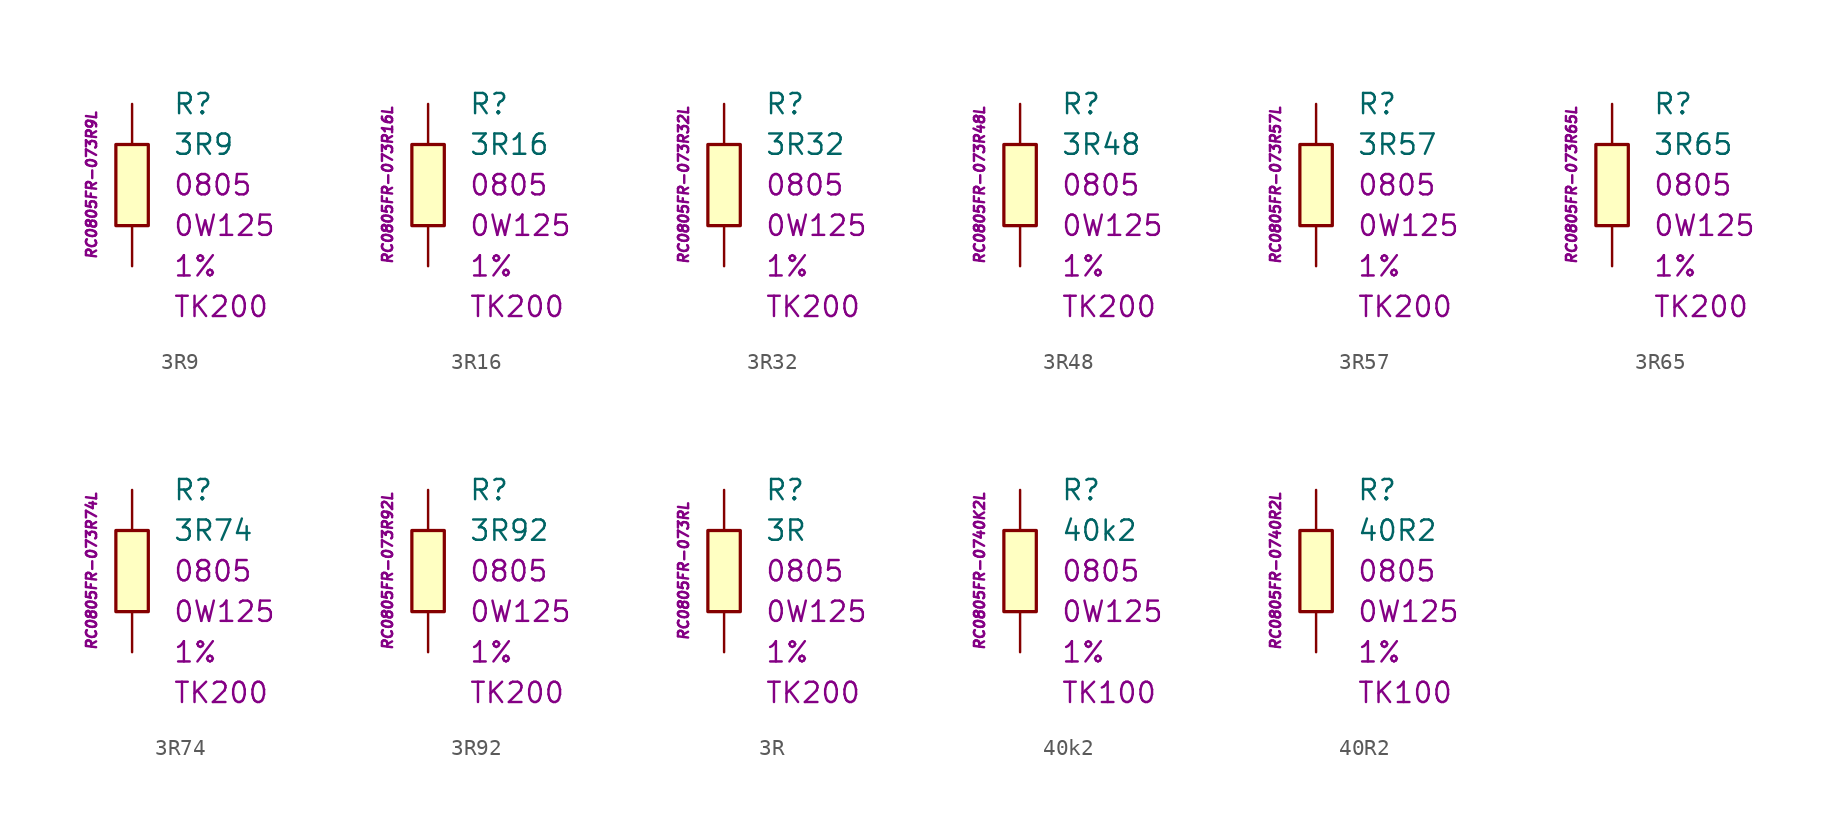
<source format=kicad_sym>
(kicad_symbol_lib
  (version 20201005)
  (generator kicad_symbol_editor)
  (symbol "3R9"
    (pin_numbers hide)
    (pin_names
      (offset 1.016) hide)
    (property "Reference" "R"
      (at 2.54 5.08 0)
      (effects (font (size 1.27 1.27)) (justify left)))
    (property "Value" "3R9"
      (at 2.54 2.54 0)
      (effects (font (size 1.27 1.27)) (justify left)))
    (property "Package" "0805"
      (at 2.54 0 0)
      (effects (font (size 1.27 1.27)) (justify left)))
    (property "Power" "0W125"
      (at 2.54 -2.54 0)
      (effects (font (size 1.27 1.27)) (justify left)))
    (property "Tolerance" "1%"
      (at 2.54 -5.08 0)
      (effects (font (size 1.27 1.27)) (justify left)))
    (property "TK" "TK200"
      (at 2.54 -7.62 0)
      (effects (font (size 1.27 1.27)) (justify left)))
    (property "ID" "RC0805FR-073R9L"
      (at -2.54 0 90)
      (effects (font (size 0.635 0.635) italic)))
    (symbol "3R9_0_1"
      (rectangle (start -1.016 2.54) (end 1.016 -2.54) (stroke (width 0.203)) (fill (type background))))
    (symbol "3R9_1_1"
      (pin passive line (at 0 5.08 270) (length 2.54) (name "~" (effects (font (size 1.778 1.778)))) (number "1" (effects (font (size 1.778 1.778)))))
      (pin passive line (at 0 -5.08 90) (length 2.54) (name "~" (effects (font (size 1.778 1.778)))) (number "2" (effects (font (size 1.778 1.778)))))))
  (symbol "3R16"
    (pin_numbers hide)
    (pin_names
      (offset 1.016) hide)
    (property "Reference" "R"
      (at 2.54 5.08 0)
      (effects (font (size 1.27 1.27)) (justify left)))
    (property "Value" "3R16"
      (at 2.54 2.54 0)
      (effects (font (size 1.27 1.27)) (justify left)))
    (property "Package" "0805"
      (at 2.54 0 0)
      (effects (font (size 1.27 1.27)) (justify left)))
    (property "Power" "0W125"
      (at 2.54 -2.54 0)
      (effects (font (size 1.27 1.27)) (justify left)))
    (property "Tolerance" "1%"
      (at 2.54 -5.08 0)
      (effects (font (size 1.27 1.27)) (justify left)))
    (property "TK" "TK200"
      (at 2.54 -7.62 0)
      (effects (font (size 1.27 1.27)) (justify left)))
    (property "ID" "RC0805FR-073R16L"
      (at -2.54 0 90)
      (effects (font (size 0.635 0.635) italic)))
    (symbol "3R16_0_1"
      (rectangle (start -1.016 2.54) (end 1.016 -2.54) (stroke (width 0.203)) (fill (type background))))
    (symbol "3R16_1_1"
      (pin passive line (at 0 5.08 270) (length 2.54) (name "~" (effects (font (size 1.778 1.778)))) (number "1" (effects (font (size 1.778 1.778)))))
      (pin passive line (at 0 -5.08 90) (length 2.54) (name "~" (effects (font (size 1.778 1.778)))) (number "2" (effects (font (size 1.778 1.778)))))))
  (symbol "3R32"
    (pin_numbers hide)
    (pin_names
      (offset 1.016) hide)
    (property "Reference" "R"
      (at 2.54 5.08 0)
      (effects (font (size 1.27 1.27)) (justify left)))
    (property "Value" "3R32"
      (at 2.54 2.54 0)
      (effects (font (size 1.27 1.27)) (justify left)))
    (property "Package" "0805"
      (at 2.54 0 0)
      (effects (font (size 1.27 1.27)) (justify left)))
    (property "Power" "0W125"
      (at 2.54 -2.54 0)
      (effects (font (size 1.27 1.27)) (justify left)))
    (property "Tolerance" "1%"
      (at 2.54 -5.08 0)
      (effects (font (size 1.27 1.27)) (justify left)))
    (property "TK" "TK200"
      (at 2.54 -7.62 0)
      (effects (font (size 1.27 1.27)) (justify left)))
    (property "ID" "RC0805FR-073R32L"
      (at -2.54 0 90)
      (effects (font (size 0.635 0.635) italic)))
    (symbol "3R32_0_1"
      (rectangle (start -1.016 2.54) (end 1.016 -2.54) (stroke (width 0.203)) (fill (type background))))
    (symbol "3R32_1_1"
      (pin passive line (at 0 5.08 270) (length 2.54) (name "~" (effects (font (size 1.778 1.778)))) (number "1" (effects (font (size 1.778 1.778)))))
      (pin passive line (at 0 -5.08 90) (length 2.54) (name "~" (effects (font (size 1.778 1.778)))) (number "2" (effects (font (size 1.778 1.778)))))))
  (symbol "3R48"
    (pin_numbers hide)
    (pin_names
      (offset 1.016) hide)
    (property "Reference" "R"
      (at 2.54 5.08 0)
      (effects (font (size 1.27 1.27)) (justify left)))
    (property "Value" "3R48"
      (at 2.54 2.54 0)
      (effects (font (size 1.27 1.27)) (justify left)))
    (property "Package" "0805"
      (at 2.54 0 0)
      (effects (font (size 1.27 1.27)) (justify left)))
    (property "Power" "0W125"
      (at 2.54 -2.54 0)
      (effects (font (size 1.27 1.27)) (justify left)))
    (property "Tolerance" "1%"
      (at 2.54 -5.08 0)
      (effects (font (size 1.27 1.27)) (justify left)))
    (property "TK" "TK200"
      (at 2.54 -7.62 0)
      (effects (font (size 1.27 1.27)) (justify left)))
    (property "ID" "RC0805FR-073R48L"
      (at -2.54 0 90)
      (effects (font (size 0.635 0.635) italic)))
    (symbol "3R48_0_1"
      (rectangle (start -1.016 2.54) (end 1.016 -2.54) (stroke (width 0.203)) (fill (type background))))
    (symbol "3R48_1_1"
      (pin passive line (at 0 5.08 270) (length 2.54) (name "~" (effects (font (size 1.778 1.778)))) (number "1" (effects (font (size 1.778 1.778)))))
      (pin passive line (at 0 -5.08 90) (length 2.54) (name "~" (effects (font (size 1.778 1.778)))) (number "2" (effects (font (size 1.778 1.778)))))))
  (symbol "3R57"
    (pin_numbers hide)
    (pin_names
      (offset 1.016) hide)
    (property "Reference" "R"
      (at 2.54 5.08 0)
      (effects (font (size 1.27 1.27)) (justify left)))
    (property "Value" "3R57"
      (at 2.54 2.54 0)
      (effects (font (size 1.27 1.27)) (justify left)))
    (property "Package" "0805"
      (at 2.54 0 0)
      (effects (font (size 1.27 1.27)) (justify left)))
    (property "Power" "0W125"
      (at 2.54 -2.54 0)
      (effects (font (size 1.27 1.27)) (justify left)))
    (property "Tolerance" "1%"
      (at 2.54 -5.08 0)
      (effects (font (size 1.27 1.27)) (justify left)))
    (property "TK" "TK200"
      (at 2.54 -7.62 0)
      (effects (font (size 1.27 1.27)) (justify left)))
    (property "ID" "RC0805FR-073R57L"
      (at -2.54 0 90)
      (effects (font (size 0.635 0.635) italic)))
    (symbol "3R57_0_1"
      (rectangle (start -1.016 2.54) (end 1.016 -2.54) (stroke (width 0.203)) (fill (type background))))
    (symbol "3R57_1_1"
      (pin passive line (at 0 5.08 270) (length 2.54) (name "~" (effects (font (size 1.778 1.778)))) (number "1" (effects (font (size 1.778 1.778)))))
      (pin passive line (at 0 -5.08 90) (length 2.54) (name "~" (effects (font (size 1.778 1.778)))) (number "2" (effects (font (size 1.778 1.778)))))))
  (symbol "3R65"
    (pin_numbers hide)
    (pin_names
      (offset 1.016) hide)
    (property "Reference" "R"
      (at 2.54 5.08 0)
      (effects (font (size 1.27 1.27)) (justify left)))
    (property "Value" "3R65"
      (at 2.54 2.54 0)
      (effects (font (size 1.27 1.27)) (justify left)))
    (property "Package" "0805"
      (at 2.54 0 0)
      (effects (font (size 1.27 1.27)) (justify left)))
    (property "Power" "0W125"
      (at 2.54 -2.54 0)
      (effects (font (size 1.27 1.27)) (justify left)))
    (property "Tolerance" "1%"
      (at 2.54 -5.08 0)
      (effects (font (size 1.27 1.27)) (justify left)))
    (property "TK" "TK200"
      (at 2.54 -7.62 0)
      (effects (font (size 1.27 1.27)) (justify left)))
    (property "ID" "RC0805FR-073R65L"
      (at -2.54 0 90)
      (effects (font (size 0.635 0.635) italic)))
    (symbol "3R65_0_1"
      (rectangle (start -1.016 2.54) (end 1.016 -2.54) (stroke (width 0.203)) (fill (type background))))
    (symbol "3R65_1_1"
      (pin passive line (at 0 5.08 270) (length 2.54) (name "~" (effects (font (size 1.778 1.778)))) (number "1" (effects (font (size 1.778 1.778)))))
      (pin passive line (at 0 -5.08 90) (length 2.54) (name "~" (effects (font (size 1.778 1.778)))) (number "2" (effects (font (size 1.778 1.778)))))))
  (symbol "3R74"
    (pin_numbers hide)
    (pin_names
      (offset 1.016) hide)
    (property "Reference" "R"
      (at 2.54 5.08 0)
      (effects (font (size 1.27 1.27)) (justify left)))
    (property "Value" "3R74"
      (at 2.54 2.54 0)
      (effects (font (size 1.27 1.27)) (justify left)))
    (property "Package" "0805"
      (at 2.54 0 0)
      (effects (font (size 1.27 1.27)) (justify left)))
    (property "Power" "0W125"
      (at 2.54 -2.54 0)
      (effects (font (size 1.27 1.27)) (justify left)))
    (property "Tolerance" "1%"
      (at 2.54 -5.08 0)
      (effects (font (size 1.27 1.27)) (justify left)))
    (property "TK" "TK200"
      (at 2.54 -7.62 0)
      (effects (font (size 1.27 1.27)) (justify left)))
    (property "ID" "RC0805FR-073R74L"
      (at -2.54 0 90)
      (effects (font (size 0.635 0.635) italic)))
    (symbol "3R74_0_1"
      (rectangle (start -1.016 2.54) (end 1.016 -2.54) (stroke (width 0.203)) (fill (type background))))
    (symbol "3R74_1_1"
      (pin passive line (at 0 5.08 270) (length 2.54) (name "~" (effects (font (size 1.778 1.778)))) (number "1" (effects (font (size 1.778 1.778)))))
      (pin passive line (at 0 -5.08 90) (length 2.54) (name "~" (effects (font (size 1.778 1.778)))) (number "2" (effects (font (size 1.778 1.778)))))))
  (symbol "3R92"
    (pin_numbers hide)
    (pin_names
      (offset 1.016) hide)
    (property "Reference" "R"
      (at 2.54 5.08 0)
      (effects (font (size 1.27 1.27)) (justify left)))
    (property "Value" "3R92"
      (at 2.54 2.54 0)
      (effects (font (size 1.27 1.27)) (justify left)))
    (property "Package" "0805"
      (at 2.54 0 0)
      (effects (font (size 1.27 1.27)) (justify left)))
    (property "Power" "0W125"
      (at 2.54 -2.54 0)
      (effects (font (size 1.27 1.27)) (justify left)))
    (property "Tolerance" "1%"
      (at 2.54 -5.08 0)
      (effects (font (size 1.27 1.27)) (justify left)))
    (property "TK" "TK200"
      (at 2.54 -7.62 0)
      (effects (font (size 1.27 1.27)) (justify left)))
    (property "ID" "RC0805FR-073R92L"
      (at -2.54 0 90)
      (effects (font (size 0.635 0.635) italic)))
    (symbol "3R92_0_1"
      (rectangle (start -1.016 2.54) (end 1.016 -2.54) (stroke (width 0.203)) (fill (type background))))
    (symbol "3R92_1_1"
      (pin passive line (at 0 5.08 270) (length 2.54) (name "~" (effects (font (size 1.778 1.778)))) (number "1" (effects (font (size 1.778 1.778)))))
      (pin passive line (at 0 -5.08 90) (length 2.54) (name "~" (effects (font (size 1.778 1.778)))) (number "2" (effects (font (size 1.778 1.778)))))))
  (symbol "3R"
    (pin_numbers hide)
    (pin_names
      (offset 1.016) hide)
    (property "Reference" "R"
      (at 2.54 5.08 0)
      (effects (font (size 1.27 1.27)) (justify left)))
    (property "Value" "3R"
      (at 2.54 2.54 0)
      (effects (font (size 1.27 1.27)) (justify left)))
    (property "Package" "0805"
      (at 2.54 0 0)
      (effects (font (size 1.27 1.27)) (justify left)))
    (property "Power" "0W125"
      (at 2.54 -2.54 0)
      (effects (font (size 1.27 1.27)) (justify left)))
    (property "Tolerance" "1%"
      (at 2.54 -5.08 0)
      (effects (font (size 1.27 1.27)) (justify left)))
    (property "TK" "TK200"
      (at 2.54 -7.62 0)
      (effects (font (size 1.27 1.27)) (justify left)))
    (property "ID" "RC0805FR-073RL"
      (at -2.54 0 90)
      (effects (font (size 0.635 0.635) italic)))
    (symbol "3R_0_1"
      (rectangle (start -1.016 2.54) (end 1.016 -2.54) (stroke (width 0.203)) (fill (type background))))
    (symbol "3R_1_1"
      (pin passive line (at 0 5.08 270) (length 2.54) (name "~" (effects (font (size 1.778 1.778)))) (number "1" (effects (font (size 1.778 1.778)))))
      (pin passive line (at 0 -5.08 90) (length 2.54) (name "~" (effects (font (size 1.778 1.778)))) (number "2" (effects (font (size 1.778 1.778)))))))
  (symbol "40k2"
    (pin_numbers hide)
    (pin_names
      (offset 1.016) hide)
    (property "Reference" "R"
      (at 2.54 5.08 0)
      (effects (font (size 1.27 1.27)) (justify left)))
    (property "Value" "40k2"
      (at 2.54 2.54 0)
      (effects (font (size 1.27 1.27)) (justify left)))
    (property "Package" "0805"
      (at 2.54 0 0)
      (effects (font (size 1.27 1.27)) (justify left)))
    (property "Power" "0W125"
      (at 2.54 -2.54 0)
      (effects (font (size 1.27 1.27)) (justify left)))
    (property "Tolerance" "1%"
      (at 2.54 -5.08 0)
      (effects (font (size 1.27 1.27)) (justify left)))
    (property "TK" "TK100"
      (at 2.54 -7.62 0)
      (effects (font (size 1.27 1.27)) (justify left)))
    (property "ID" "RC0805FR-0740K2L"
      (at -2.54 0 90)
      (effects (font (size 0.635 0.635) italic)))
    (symbol "40k2_0_1"
      (rectangle (start -1.016 2.54) (end 1.016 -2.54) (stroke (width 0.203)) (fill (type background))))
    (symbol "40k2_1_1"
      (pin passive line (at 0 5.08 270) (length 2.54) (name "~" (effects (font (size 1.778 1.778)))) (number "1" (effects (font (size 1.778 1.778)))))
      (pin passive line (at 0 -5.08 90) (length 2.54) (name "~" (effects (font (size 1.778 1.778)))) (number "2" (effects (font (size 1.778 1.778)))))))
  (symbol "40R2"
    (pin_numbers hide)
    (pin_names
      (offset 1.016) hide)
    (property "Reference" "R"
      (at 2.54 5.08 0)
      (effects (font (size 1.27 1.27)) (justify left)))
    (property "Value" "40R2"
      (at 2.54 2.54 0)
      (effects (font (size 1.27 1.27)) (justify left)))
    (property "Package" "0805"
      (at 2.54 0 0)
      (effects (font (size 1.27 1.27)) (justify left)))
    (property "Power" "0W125"
      (at 2.54 -2.54 0)
      (effects (font (size 1.27 1.27)) (justify left)))
    (property "Tolerance" "1%"
      (at 2.54 -5.08 0)
      (effects (font (size 1.27 1.27)) (justify left)))
    (property "TK" "TK100"
      (at 2.54 -7.62 0)
      (effects (font (size 1.27 1.27)) (justify left)))
    (property "ID" "RC0805FR-0740R2L"
      (at -2.54 0 90)
      (effects (font (size 0.635 0.635) italic)))
    (symbol "40R2_0_1"
      (rectangle (start -1.016 2.54) (end 1.016 -2.54) (stroke (width 0.203)) (fill (type background))))
    (symbol "40R2_1_1"
      (pin passive line (at 0 5.08 270) (length 2.54) (name "~" (effects (font (size 1.778 1.778)))) (number "1" (effects (font (size 1.778 1.778)))))
      (pin passive line (at 0 -5.08 90) (length 2.54) (name "~" (effects (font (size 1.778 1.778)))) (number "2" (effects (font (size 1.778 1.778))))))))
</source>
